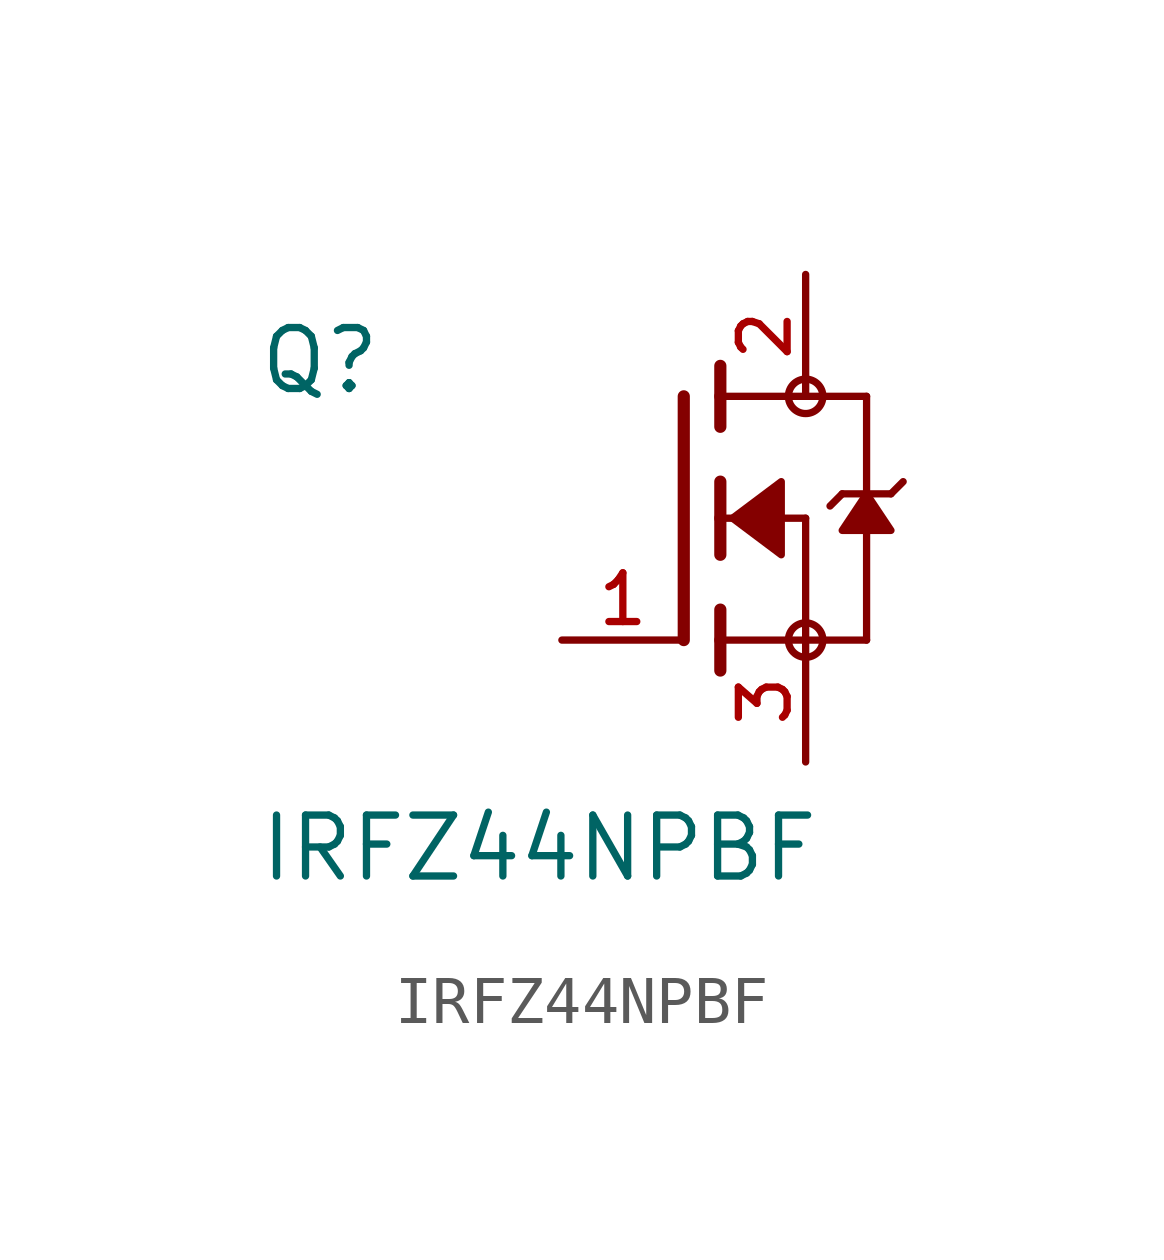
<source format=kicad_sym>
(kicad_symbol_lib
  (version 20211014)
  (generator kicad_symbol_editor)
  (symbol "IRFZ44NPBF"
    (pin_names
      (offset 1.016))
    (property "Reference" "Q"
      (at -8.89 2.54 0)
      (effects (font (size 1.27 1.27)) (justify bottom left)))
    (property "Value" "IRFZ44NPBF"
      (at -8.89 -7.62 0)
      (effects (font (size 1.27 1.27)) (justify bottom left)))
    (symbol "IRFZ44NPBF_0_0"
      (polyline (pts (xy 0.762 0.762) (xy 0.762 0.0)) (stroke (width 0.254)))
      (polyline (pts (xy 0.762 0.0) (xy 0.762 -0.762)) (stroke (width 0.254)))
      (polyline (pts (xy 0.762 3.175) (xy 0.762 2.54)) (stroke (width 0.254)))
      (polyline (pts (xy 0.762 2.54) (xy 0.762 1.905)) (stroke (width 0.254)))
      (polyline (pts (xy 0.762 0.0) (xy 2.54 0.0)) (stroke (width 0.152)))
      (polyline (pts (xy 2.54 0.0) (xy 2.54 -2.54)) (stroke (width 0.152)))
      (polyline (pts (xy 0.762 -1.905) (xy 0.762 -2.54)) (stroke (width 0.254)))
      (polyline (pts (xy 0.762 -2.54) (xy 0.762 -3.175)) (stroke (width 0.254)))
      (polyline (pts (xy 0.0 2.54) (xy 0.0 -2.54)) (stroke (width 0.254)))
      (polyline (pts (xy 2.54 -2.54) (xy 0.762 -2.54)) (stroke (width 0.152)))
      (polyline (pts (xy 3.81 2.54) (xy 3.81 0.508)) (stroke (width 0.152)))
      (polyline (pts (xy 3.81 0.508) (xy 3.81 -2.54)) (stroke (width 0.152)))
      (polyline (pts (xy 2.54 -2.54) (xy 3.81 -2.54)) (stroke (width 0.152)))
      (polyline (pts (xy 0.762 2.54) (xy 3.81 2.54)) (stroke (width 0.152)))
      (polyline (pts (xy 4.572 0.762) (xy 4.318 0.508)) (stroke (width 0.152)))
      (polyline (pts (xy 4.318 0.508) (xy 3.81 0.508)) (stroke (width 0.152)))
      (polyline (pts (xy 3.81 0.508) (xy 3.302 0.508)) (stroke (width 0.152)))
      (polyline (pts (xy 3.302 0.508) (xy 3.048 0.254)) (stroke (width 0.152)))
      (circle (center 2.54 -2.54) (radius 0.359) (stroke (width 0.0)) (fill (type none)))
      (circle (center 2.54 2.54) (radius 0.359) (stroke (width 0.0)) (fill (type none)))
      (polyline (pts (xy 3.81 0.508) (xy 3.302 -0.254) (xy 4.318 -0.254) (xy 3.81 0.508)) (stroke (width 0.152)) (fill (type outline)))
      (polyline (pts (xy 1.016 0.0) (xy 2.032 0.762) (xy 2.032 -0.762) (xy 1.016 0.0)) (stroke (width 0.152)) (fill (type outline)))
      (pin passive line (at 2.54 -5.08 90.0) (length 2.54) (name "~" (effects (font (size 1.016 1.016)))) (number "3" (effects (font (size 1.016 1.016)))))
      (pin passive line (at -2.54 -2.54 0) (length 2.54) (name "~" (effects (font (size 1.016 1.016)))) (number "1" (effects (font (size 1.016 1.016)))))
      (pin passive line (at 2.54 5.08 270.0) (length 2.54) (name "~" (effects (font (size 1.016 1.016)))) (number "2" (effects (font (size 1.016 1.016))))))))
</source>
